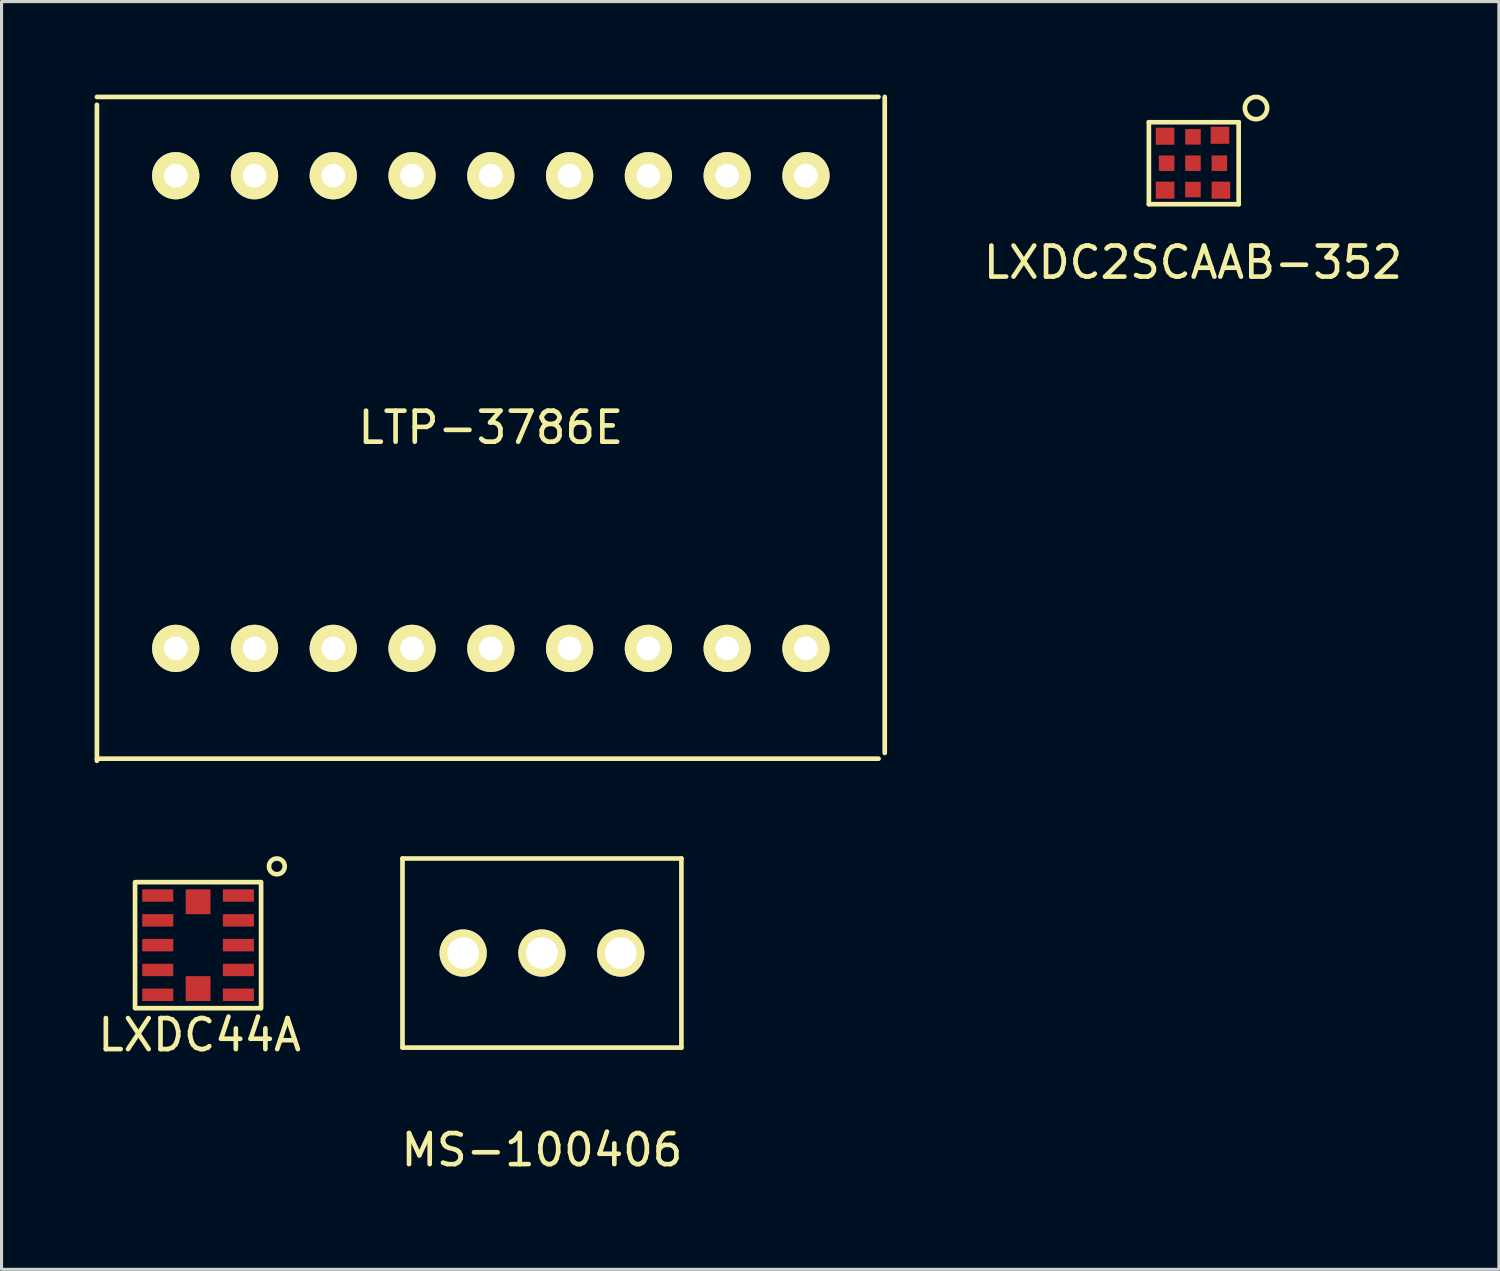
<source format=kicad_pcb>
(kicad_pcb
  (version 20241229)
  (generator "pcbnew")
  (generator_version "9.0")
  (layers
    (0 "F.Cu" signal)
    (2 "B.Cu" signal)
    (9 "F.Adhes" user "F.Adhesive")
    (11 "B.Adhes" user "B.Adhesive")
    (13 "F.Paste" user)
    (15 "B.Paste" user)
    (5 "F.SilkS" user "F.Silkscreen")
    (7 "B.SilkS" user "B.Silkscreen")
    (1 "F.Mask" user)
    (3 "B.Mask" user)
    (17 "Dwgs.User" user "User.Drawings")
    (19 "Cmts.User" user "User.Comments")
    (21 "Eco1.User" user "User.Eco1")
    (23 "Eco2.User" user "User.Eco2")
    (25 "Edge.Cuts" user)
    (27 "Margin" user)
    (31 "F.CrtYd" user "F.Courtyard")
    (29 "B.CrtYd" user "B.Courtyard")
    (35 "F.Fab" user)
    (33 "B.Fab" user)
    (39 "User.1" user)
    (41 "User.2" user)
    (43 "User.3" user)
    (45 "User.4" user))
  (footprint "LXDC44A"
    (layer "F.Cu")
    (at 3.336 27.423)
    (property "Reference" "LXDC44A" (at 0.051 2.896 0) (layer "F.SilkS") (effects (font (size 1 1) (thickness 0.15))))
    (attr through_hole)
    (fp_line (start -2.032 -2.032) (end -2.032 2.032) (stroke (width 0.15) (type solid)) (layer "F.SilkS"))
    (fp_line (start -1.981 -2.032) (end 2.019 -2.032) (stroke (width 0.15) (type solid)) (layer "F.SilkS"))
    (fp_line (start -1.981 2.032) (end 2.019 2.032) (stroke (width 0.15) (type solid)) (layer "F.SilkS"))
    (fp_line (start 2.032 -2.032) (end 2.032 2.032) (stroke (width 0.15) (type solid)) (layer "F.SilkS"))
    (fp_circle (center 2.54 -2.54) (end 2.54 -2.286) (stroke (width 0.15) (type solid)) (fill no) (layer "F.SilkS"))
    (pad "1" smd rect (at 1.3 -1.6) (size 1 0.4) (layers "F.Cu" "F.Mask" "F.Paste"))
    (pad "2" smd rect (at 0 -1.4) (size 0.8 0.8) (layers "F.Cu" "F.Mask" "F.Paste"))
    (pad "3" smd rect (at -1.3 -1.6) (size 1 0.4) (layers "F.Cu" "F.Mask" "F.Paste"))
    (pad "4" smd rect (at -1.3 -0.8) (size 1 0.4) (layers "F.Cu" "F.Mask" "F.Paste"))
    (pad "5" smd rect (at -1.3 0) (size 1 0.4) (layers "F.Cu" "F.Mask" "F.Paste"))
    (pad "6" smd rect (at -1.3 0.8) (size 1 0.4) (layers "F.Cu" "F.Mask" "F.Paste"))
    (pad "7" smd rect (at -1.3 1.6) (size 1 0.4) (layers "F.Cu" "F.Mask" "F.Paste"))
    (pad "8" smd rect (at 0 1.4) (size 0.8 0.8) (layers "F.Cu" "F.Mask" "F.Paste"))
    (pad "9" smd rect (at 1.3 1.6) (size 1 0.4) (layers "F.Cu" "F.Mask" "F.Paste"))
    (pad "10" smd rect (at 1.3 0.8) (size 1 0.4) (layers "F.Cu" "F.Mask" "F.Paste"))
    (pad "11" smd rect (at 1.3 0) (size 1 0.4) (layers "F.Cu" "F.Mask" "F.Paste"))
    (pad "12" smd rect (at 1.3 -0.8) (size 1 0.4) (layers "F.Cu" "F.Mask" "F.Paste")))
  (footprint "MS-100406"
    (layer "F.Cu")
    (at 14.423 27.677)
    (property "Reference" "MS-100406" (at 0 6.35 0) (layer "F.SilkS") (effects (font (size 1 1) (thickness 0.15))))
    (attr through_hole)
    (fp_line (start -4.496 -3.048) (end -4.496 3.048) (stroke (width 0.15) (type solid)) (layer "F.SilkS"))
    (fp_line (start -4.496 -3.048) (end 4.496 -3.048) (stroke (width 0.15) (type solid)) (layer "F.SilkS"))
    (fp_line (start -4.496 3.048) (end 4.496 3.048) (stroke (width 0.15) (type solid)) (layer "F.SilkS"))
    (fp_line (start 4.496 -3.048) (end 4.496 3.048) (stroke (width 0.15) (type solid)) (layer "F.SilkS"))
    (pad "1" thru_hole circle (at -2.54 0) (size 1.524 1.524) (drill 1.02) (layers "*.Cu" "*.Mask" "F.SilkS"))
    (pad "2" thru_hole circle (at 0 0) (size 1.524 1.524) (drill 1.02) (layers "*.Cu" "*.Mask" "F.SilkS"))
    (pad "3" thru_hole circle (at 2.54 0) (size 1.524 1.524) (drill 1.02) (layers "*.Cu" "*.Mask" "F.SilkS")))
  (footprint "LXDC2SCAAB-352"
    (layer "F.Cu")
    (at 35.413 2.212)
    (property "Reference" "LXDC2SCAAB-352" (at 0 3.2 0) (layer "F.SilkS") (effects (font (size 1 1) (thickness 0.15))))
    (attr through_hole)
    (fp_line (start -1.422 -1.321) (end -1.422 1.321) (stroke (width 0.15) (type solid)) (layer "F.SilkS"))
    (fp_line (start -1.422 -1.321) (end 1.478 -1.321) (stroke (width 0.15) (type solid)) (layer "F.SilkS"))
    (fp_line (start -1.422 1.321) (end 1.478 1.321) (stroke (width 0.15) (type solid)) (layer "F.SilkS"))
    (fp_line (start 1.473 -1.321) (end 1.473 1.321) (stroke (width 0.15) (type solid)) (layer "F.SilkS"))
    (fp_circle (center 2.032 -1.778) (end 2.286 -1.524) (stroke (width 0.15) (type solid)) (fill no) (layer "F.SilkS"))
    (pad "1" smd rect (at 0.87 -0.9) (size 0.6 0.55) (layers "F.Cu" "F.Mask" "F.Paste"))
    (pad "2" smd rect (at 0 -0.85) (size 0.5 0.5) (layers "F.Cu" "F.Mask" "F.Paste"))
    (pad "3" smd rect (at -0.9 -0.87) (size 0.6 0.55) (layers "F.Cu" "F.Mask" "F.Paste"))
    (pad "4" smd rect (at -0.85 0) (size 0.5 0.5) (layers "F.Cu" "F.Mask" "F.Paste"))
    (pad "5" smd rect (at -0.9 0.87) (size 0.6 0.55) (layers "F.Cu" "F.Mask" "F.Paste"))
    (pad "6" smd rect (at 0 0.85) (size 0.5 0.5) (layers "F.Cu" "F.Mask" "F.Paste"))
    (pad "7" smd rect (at 0.9 0.87) (size 0.6 0.55) (layers "F.Cu" "F.Mask" "F.Paste"))
    (pad "8" smd rect (at 0.85 0) (size 0.5 0.5) (layers "F.Cu" "F.Mask" "F.Paste"))
    (pad "9" smd rect (at 0 0) (size 0.5 0.5) (layers "F.Cu" "F.Mask" "F.Paste")))
  (footprint "LTP-3786E"
    (layer "F.Cu")
    (at 12.775 10.235)
    (property "Reference" "LTP-3786E" (at 0 0.5 0) (layer "F.SilkS") (effects (font (size 1 1) (thickness 0.15))))
    (attr through_hole)
    (fp_line (start -12.7 -10.16) (end 12.5 -10.16) (stroke (width 0.15) (type solid)) (layer "F.SilkS"))
    (fp_line (start -12.7 -9.906) (end -12.7 11.244) (stroke (width 0.15) (type solid)) (layer "F.SilkS"))
    (fp_line (start -12.7 11.176) (end 12.5 11.176) (stroke (width 0.15) (type solid)) (layer "F.SilkS"))
    (fp_line (start 12.7 -10.16) (end 12.7 10.99) (stroke (width 0.15) (type solid)) (layer "F.SilkS"))
    (pad "1" thru_hole circle (at -10.16 7.62) (size 1.524 1.524) (drill 0.762) (layers "*.Cu" "*.Mask" "F.SilkS"))
    (pad "2" thru_hole circle (at -7.62 7.62) (size 1.524 1.524) (drill 0.762) (layers "*.Cu" "*.Mask" "F.SilkS"))
    (pad "3" thru_hole circle (at -5.08 7.62) (size 1.524 1.524) (drill 0.762) (layers "*.Cu" "*.Mask" "F.SilkS"))
    (pad "4" thru_hole circle (at -2.54 7.62) (size 1.524 1.524) (drill 0.762) (layers "*.Cu" "*.Mask" "F.SilkS"))
    (pad "5" thru_hole circle (at 0 7.62) (size 1.524 1.524) (drill 0.762) (layers "*.Cu" "*.Mask" "F.SilkS"))
    (pad "6" thru_hole circle (at 2.54 7.62) (size 1.524 1.524) (drill 0.762) (layers "*.Cu" "*.Mask" "F.SilkS"))
    (pad "7" thru_hole circle (at 5.08 7.62) (size 1.524 1.524) (drill 0.762) (layers "*.Cu" "*.Mask" "F.SilkS"))
    (pad "8" thru_hole circle (at 7.62 7.62) (size 1.524 1.524) (drill 0.762) (layers "*.Cu" "*.Mask" "F.SilkS"))
    (pad "9" thru_hole circle (at 10.16 7.62) (size 1.524 1.524) (drill 0.762) (layers "*.Cu" "*.Mask" "F.SilkS"))
    (pad "10" thru_hole circle (at 10.16 -7.62) (size 1.524 1.524) (drill 0.762) (layers "*.Cu" "*.Mask" "F.SilkS"))
    (pad "11" thru_hole circle (at 7.62 -7.62) (size 1.524 1.524) (drill 0.762) (layers "*.Cu" "*.Mask" "F.SilkS"))
    (pad "12" thru_hole circle (at 5.08 -7.62) (size 1.524 1.524) (drill 0.762) (layers "*.Cu" "*.Mask" "F.SilkS"))
    (pad "13" thru_hole circle (at 2.54 -7.62) (size 1.524 1.524) (drill 0.762) (layers "*.Cu" "*.Mask" "F.SilkS"))
    (pad "14" thru_hole circle (at 0 -7.62) (size 1.524 1.524) (drill 0.762) (layers "*.Cu" "*.Mask" "F.SilkS"))
    (pad "15" thru_hole circle (at -2.54 -7.62) (size 1.524 1.524) (drill 0.762) (layers "*.Cu" "*.Mask" "F.SilkS"))
    (pad "16" thru_hole circle (at -5.08 -7.62) (size 1.524 1.524) (drill 0.762) (layers "*.Cu" "*.Mask" "F.SilkS"))
    (pad "17" thru_hole circle (at -7.62 -7.62) (size 1.524 1.524) (drill 0.762) (layers "*.Cu" "*.Mask" "F.SilkS"))
    (pad "18" thru_hole circle (at -10.16 -7.62) (size 1.524 1.524) (drill 0.762) (layers "*.Cu" "*.Mask" "F.SilkS")))
  (gr_rect
    (start -3 -3)
    (end 45.276 37.875)
    (stroke (width 0.1) (type default))
    (fill no)
    (layer "Edge.Cuts")))
</source>
